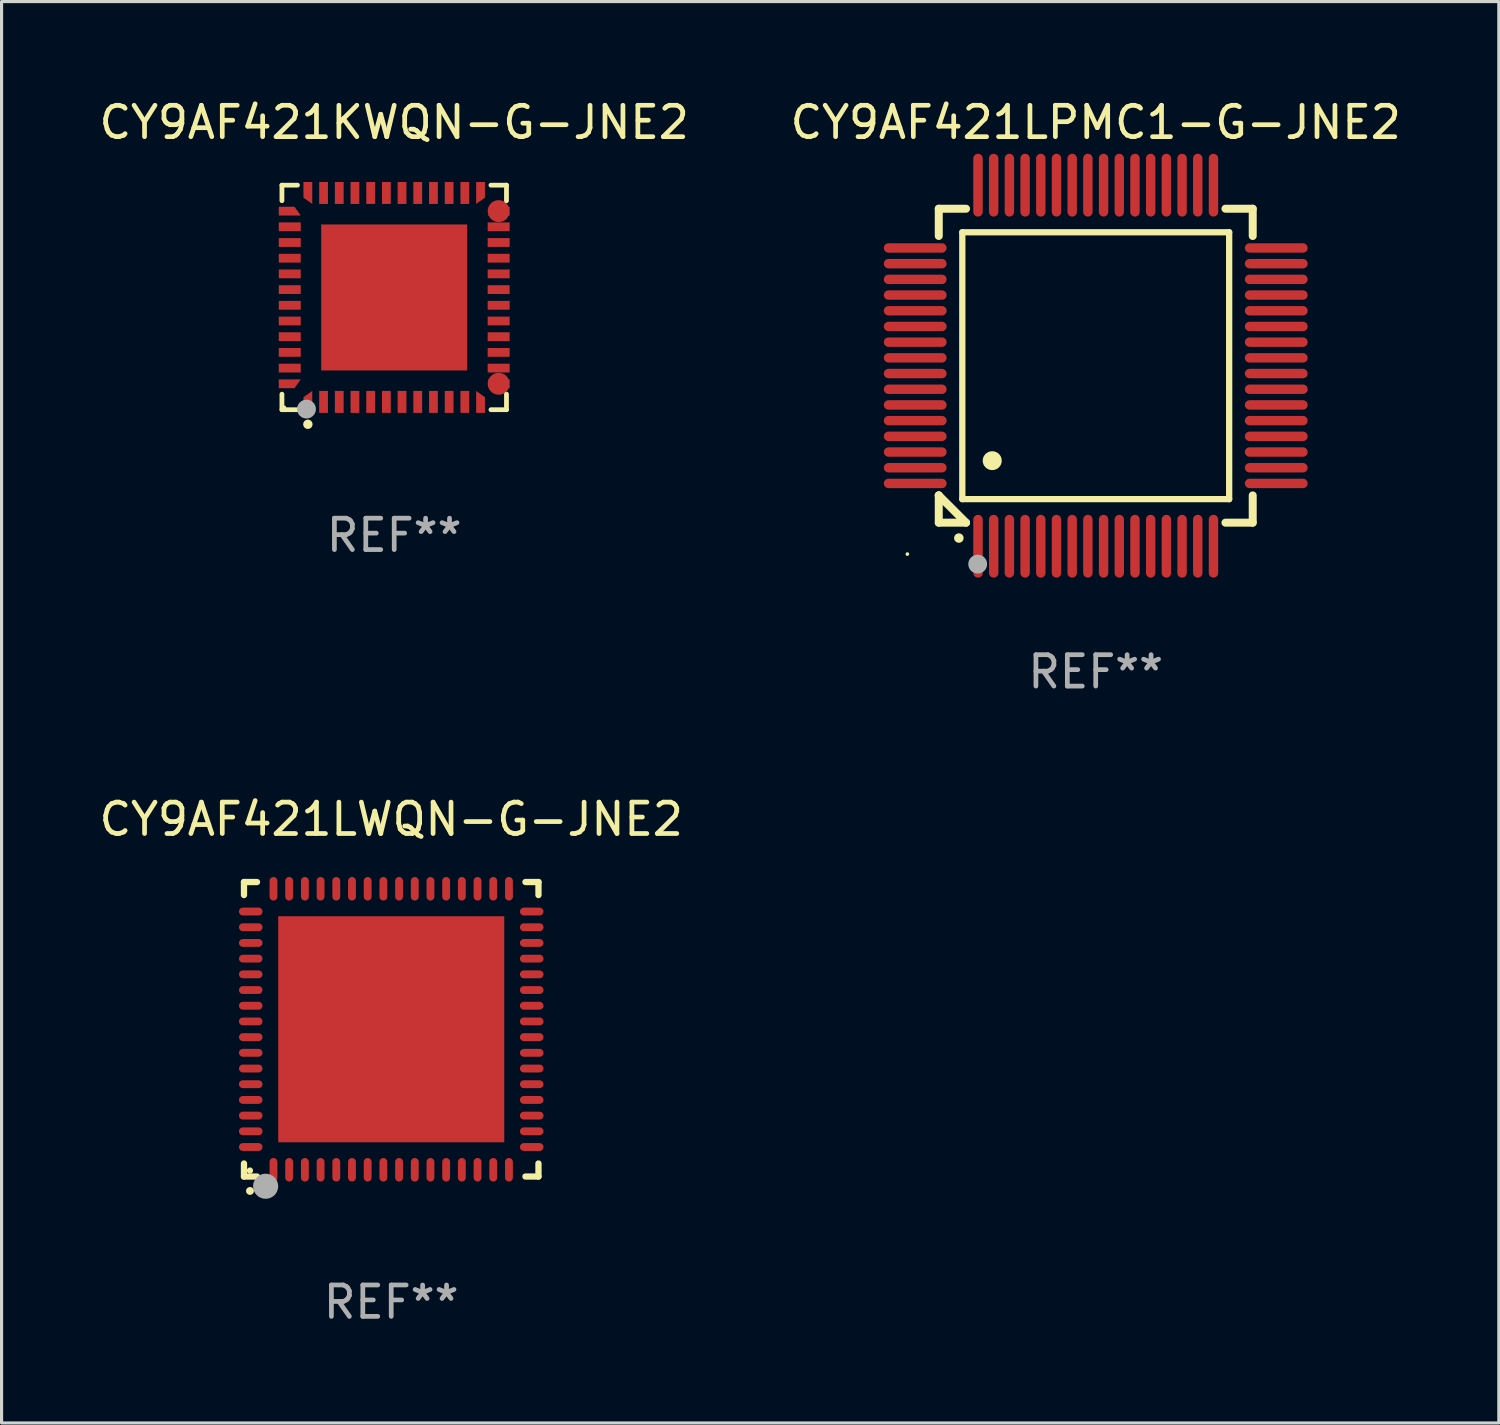
<source format=kicad_pcb>
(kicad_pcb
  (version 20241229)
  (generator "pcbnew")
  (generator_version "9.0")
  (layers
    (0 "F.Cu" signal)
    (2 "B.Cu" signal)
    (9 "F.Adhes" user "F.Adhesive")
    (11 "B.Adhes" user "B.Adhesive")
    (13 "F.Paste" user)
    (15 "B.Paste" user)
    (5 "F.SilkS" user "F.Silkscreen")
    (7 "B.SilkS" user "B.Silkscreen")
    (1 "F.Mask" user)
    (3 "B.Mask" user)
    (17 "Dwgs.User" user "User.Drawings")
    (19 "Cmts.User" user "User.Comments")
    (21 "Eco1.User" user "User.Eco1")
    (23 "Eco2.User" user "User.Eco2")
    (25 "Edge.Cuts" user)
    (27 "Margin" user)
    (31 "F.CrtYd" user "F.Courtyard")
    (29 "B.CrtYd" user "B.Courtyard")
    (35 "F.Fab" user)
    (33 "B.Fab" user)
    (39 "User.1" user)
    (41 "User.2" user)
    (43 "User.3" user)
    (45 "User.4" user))
  (footprint "CY9AF421LPMC1-G-JNE2"
    (layer "F.Cu")
    (at 31.851 8.598)
    (property "Reference" "CY9AF421LPMC1-G-JNE2" (at 0 -7.75 0) (layer "F.SilkS") (effects (font (size 1 1) (thickness 0.15))))
    (attr through_hole)
    (fp_line (start -5 -5) (end -4.131 -5) (stroke (width 0.254) (type solid)) (layer "F.SilkS"))
    (fp_line (start -5 -4.131) (end -5 -5) (stroke (width 0.254) (type solid)) (layer "F.SilkS"))
    (fp_line (start -5 4.131) (end -5 4.131) (stroke (width 0.254) (type solid)) (layer "F.SilkS"))
    (fp_line (start -5 5) (end -5 4.131) (stroke (width 0.254) (type solid)) (layer "F.SilkS"))
    (fp_line (start -5 4.131) (end -4.131 5) (stroke (width 0.254) (type solid)) (layer "F.SilkS"))
    (fp_line (start -4.25 -4.25) (end -4.25 4.25) (stroke (width 0.2) (type solid)) (layer "F.SilkS"))
    (fp_line (start -4.25 4.25) (end 4.25 4.25) (stroke (width 0.2) (type solid)) (layer "F.SilkS"))
    (fp_line (start -4.131 5) (end -5 5) (stroke (width 0.254) (type solid)) (layer "F.SilkS"))
    (fp_line (start 4.25 -4.25) (end -4.25 -4.25) (stroke (width 0.2) (type solid)) (layer "F.SilkS"))
    (fp_line (start 4.25 4.25) (end 4.25 -4.25) (stroke (width 0.2) (type solid)) (layer "F.SilkS"))
    (fp_line (start 5 -5) (end 4.131 -5) (stroke (width 0.254) (type solid)) (layer "F.SilkS"))
    (fp_line (start 5 -5) (end 5 -4.131) (stroke (width 0.254) (type solid)) (layer "F.SilkS"))
    (fp_line (start 5 4.131) (end 5 5) (stroke (width 0.254) (type solid)) (layer "F.SilkS"))
    (fp_line (start 5 5) (end 4.131 5) (stroke (width 0.254) (type solid)) (layer "F.SilkS"))
    (fp_arc (start -4.361265 5.489992) (mid -4.359995 5.489987) (end -4.358725 5.489992) (stroke (width 0.3) (type solid)) (layer "F.SilkS"))
    (fp_arc (start -3.299467 3.025146) (mid -3.296927 3.025135) (end -3.294387 3.025146) (stroke (width 0.6) (type solid)) (layer "F.SilkS"))
    (fp_circle (center -6 6) (end -5.97 6) (stroke (width 0.06) (type solid)) (fill no) (layer "F.SilkS"))
    (fp_circle (center -3.76 6.32) (end -3.61 6.32) (stroke (width 0.3) (type solid)) (fill no) (layer "F.Fab"))
    (fp_text user "REF**" (at 0 9.75 0) (layer "F.Fab") (effects (font (size 1 1) (thickness 0.15))))
    (pad "1" smd oval (at -3.75 5.75) (size 0.3 2) (layers "F.Cu" "F.Mask" "F.Paste"))
    (pad "2" smd oval (at -3.25 5.75) (size 0.3 2) (layers "F.Cu" "F.Mask" "F.Paste"))
    (pad "3" smd oval (at -2.75 5.75) (size 0.3 2) (layers "F.Cu" "F.Mask" "F.Paste"))
    (pad "4" smd oval (at -2.25 5.75) (size 0.3 2) (layers "F.Cu" "F.Mask" "F.Paste"))
    (pad "5" smd oval (at -1.75 5.75) (size 0.3 2) (layers "F.Cu" "F.Mask" "F.Paste"))
    (pad "6" smd oval (at -1.25 5.75) (size 0.3 2) (layers "F.Cu" "F.Mask" "F.Paste"))
    (pad "7" smd oval (at -0.75 5.75) (size 0.3 2) (layers "F.Cu" "F.Mask" "F.Paste"))
    (pad "8" smd oval (at -0.25 5.75) (size 0.3 2) (layers "F.Cu" "F.Mask" "F.Paste"))
    (pad "9" smd oval (at 0.25 5.75) (size 0.3 2) (layers "F.Cu" "F.Mask" "F.Paste"))
    (pad "10" smd oval (at 0.75 5.75) (size 0.3 2) (layers "F.Cu" "F.Mask" "F.Paste"))
    (pad "11" smd oval (at 1.25 5.75) (size 0.3 2) (layers "F.Cu" "F.Mask" "F.Paste"))
    (pad "12" smd oval (at 1.75 5.75) (size 0.3 2) (layers "F.Cu" "F.Mask" "F.Paste"))
    (pad "13" smd oval (at 2.25 5.75) (size 0.3 2) (layers "F.Cu" "F.Mask" "F.Paste"))
    (pad "14" smd oval (at 2.75 5.75) (size 0.3 2) (layers "F.Cu" "F.Mask" "F.Paste"))
    (pad "15" smd oval (at 3.25 5.75) (size 0.3 2) (layers "F.Cu" "F.Mask" "F.Paste"))
    (pad "16" smd oval (at 3.75 5.75) (size 0.3 2) (layers "F.Cu" "F.Mask" "F.Paste"))
    (pad "17" smd oval (at 5.75 3.75) (size 2 0.3) (layers "F.Cu" "F.Mask" "F.Paste"))
    (pad "18" smd oval (at 5.75 3.25) (size 2 0.3) (layers "F.Cu" "F.Mask" "F.Paste"))
    (pad "19" smd oval (at 5.75 2.75) (size 2 0.3) (layers "F.Cu" "F.Mask" "F.Paste"))
    (pad "20" smd oval (at 5.75 2.25) (size 2 0.3) (layers "F.Cu" "F.Mask" "F.Paste"))
    (pad "21" smd oval (at 5.75 1.75) (size 2 0.3) (layers "F.Cu" "F.Mask" "F.Paste"))
    (pad "22" smd oval (at 5.75 1.25) (size 2 0.3) (layers "F.Cu" "F.Mask" "F.Paste"))
    (pad "23" smd oval (at 5.75 0.75) (size 2 0.3) (layers "F.Cu" "F.Mask" "F.Paste"))
    (pad "24" smd oval (at 5.75 0.25) (size 2 0.3) (layers "F.Cu" "F.Mask" "F.Paste"))
    (pad "25" smd oval (at 5.75 -0.25) (size 2 0.3) (layers "F.Cu" "F.Mask" "F.Paste"))
    (pad "26" smd oval (at 5.75 -0.75) (size 2 0.3) (layers "F.Cu" "F.Mask" "F.Paste"))
    (pad "27" smd oval (at 5.75 -1.25) (size 2 0.3) (layers "F.Cu" "F.Mask" "F.Paste"))
    (pad "28" smd oval (at 5.75 -1.75) (size 2 0.3) (layers "F.Cu" "F.Mask" "F.Paste"))
    (pad "29" smd oval (at 5.75 -2.25) (size 2 0.3) (layers "F.Cu" "F.Mask" "F.Paste"))
    (pad "30" smd oval (at 5.75 -2.75) (size 2 0.3) (layers "F.Cu" "F.Mask" "F.Paste"))
    (pad "31" smd oval (at 5.75 -3.25) (size 2 0.3) (layers "F.Cu" "F.Mask" "F.Paste"))
    (pad "32" smd oval (at 5.75 -3.75) (size 2 0.3) (layers "F.Cu" "F.Mask" "F.Paste"))
    (pad "33" smd oval (at 3.75 -5.75) (size 0.3 2) (layers "F.Cu" "F.Mask" "F.Paste"))
    (pad "34" smd oval (at 3.25 -5.75) (size 0.3 2) (layers "F.Cu" "F.Mask" "F.Paste"))
    (pad "35" smd oval (at 2.75 -5.75) (size 0.3 2) (layers "F.Cu" "F.Mask" "F.Paste"))
    (pad "36" smd oval (at 2.25 -5.75) (size 0.3 2) (layers "F.Cu" "F.Mask" "F.Paste"))
    (pad "37" smd oval (at 1.75 -5.75) (size 0.3 2) (layers "F.Cu" "F.Mask" "F.Paste"))
    (pad "38" smd oval (at 1.25 -5.75) (size 0.3 2) (layers "F.Cu" "F.Mask" "F.Paste"))
    (pad "39" smd oval (at 0.75 -5.75) (size 0.3 2) (layers "F.Cu" "F.Mask" "F.Paste"))
    (pad "40" smd oval (at 0.25 -5.75) (size 0.3 2) (layers "F.Cu" "F.Mask" "F.Paste"))
    (pad "41" smd oval (at -0.25 -5.75) (size 0.3 2) (layers "F.Cu" "F.Mask" "F.Paste"))
    (pad "42" smd oval (at -0.75 -5.75) (size 0.3 2) (layers "F.Cu" "F.Mask" "F.Paste"))
    (pad "43" smd oval (at -1.25 -5.75) (size 0.3 2) (layers "F.Cu" "F.Mask" "F.Paste"))
    (pad "44" smd oval (at -1.75 -5.75) (size 0.3 2) (layers "F.Cu" "F.Mask" "F.Paste"))
    (pad "45" smd oval (at -2.25 -5.75) (size 0.3 2) (layers "F.Cu" "F.Mask" "F.Paste"))
    (pad "46" smd oval (at -2.75 -5.75) (size 0.3 2) (layers "F.Cu" "F.Mask" "F.Paste"))
    (pad "47" smd oval (at -3.25 -5.75) (size 0.3 2) (layers "F.Cu" "F.Mask" "F.Paste"))
    (pad "48" smd oval (at -3.75 -5.75) (size 0.3 2) (layers "F.Cu" "F.Mask" "F.Paste"))
    (pad "49" smd oval (at -5.75 -3.75) (size 2 0.3) (layers "F.Cu" "F.Mask" "F.Paste"))
    (pad "50" smd oval (at -5.75 -3.25) (size 2 0.3) (layers "F.Cu" "F.Mask" "F.Paste"))
    (pad "51" smd oval (at -5.75 -2.75) (size 2 0.3) (layers "F.Cu" "F.Mask" "F.Paste"))
    (pad "52" smd oval (at -5.75 -2.25) (size 2 0.3) (layers "F.Cu" "F.Mask" "F.Paste"))
    (pad "53" smd oval (at -5.75 -1.75) (size 2 0.3) (layers "F.Cu" "F.Mask" "F.Paste"))
    (pad "54" smd oval (at -5.75 -1.25) (size 2 0.3) (layers "F.Cu" "F.Mask" "F.Paste"))
    (pad "55" smd oval (at -5.75 -0.75) (size 2 0.3) (layers "F.Cu" "F.Mask" "F.Paste"))
    (pad "56" smd oval (at -5.75 -0.25) (size 2 0.3) (layers "F.Cu" "F.Mask" "F.Paste"))
    (pad "57" smd oval (at -5.75 0.25) (size 2 0.3) (layers "F.Cu" "F.Mask" "F.Paste"))
    (pad "58" smd oval (at -5.75 0.75) (size 2 0.3) (layers "F.Cu" "F.Mask" "F.Paste"))
    (pad "59" smd oval (at -5.75 1.25) (size 2 0.3) (layers "F.Cu" "F.Mask" "F.Paste"))
    (pad "60" smd oval (at -5.75 1.75) (size 2 0.3) (layers "F.Cu" "F.Mask" "F.Paste"))
    (pad "61" smd oval (at -5.75 2.25) (size 2 0.3) (layers "F.Cu" "F.Mask" "F.Paste"))
    (pad "62" smd oval (at -5.75 2.75) (size 2 0.3) (layers "F.Cu" "F.Mask" "F.Paste"))
    (pad "63" smd oval (at -5.75 3.25) (size 2 0.3) (layers "F.Cu" "F.Mask" "F.Paste"))
    (pad "64" smd oval (at -5.75 3.75) (size 2 0.3) (layers "F.Cu" "F.Mask" "F.Paste")))
  (footprint "CY9AF421KWQN-G-JNE2"
    (layer "F.Cu")
    (at 9.506 6.424)
    (property "Reference" "CY9AF421KWQN-G-JNE2" (at 0 -5.576 0) (layer "F.SilkS") (effects (font (size 1 1) (thickness 0.15))))
    (attr through_hole)
    (fp_line (start -3.576 -3.576) (end -3.081 -3.576) (stroke (width 0.152) (type solid)) (layer "F.SilkS"))
    (fp_line (start -3.576 -3.081) (end -3.576 -3.576) (stroke (width 0.152) (type solid)) (layer "F.SilkS"))
    (fp_line (start -3.576 3.081) (end -3.576 3.576) (stroke (width 0.152) (type solid)) (layer "F.SilkS"))
    (fp_line (start -3.576 3.576) (end -3.081 3.576) (stroke (width 0.152) (type solid)) (layer "F.SilkS"))
    (fp_line (start 3.576 -3.576) (end 3.081 -3.576) (stroke (width 0.152) (type solid)) (layer "F.SilkS"))
    (fp_line (start 3.576 -3.081) (end 3.576 -3.576) (stroke (width 0.152) (type solid)) (layer "F.SilkS"))
    (fp_line (start 3.576 3.081) (end 3.576 3.576) (stroke (width 0.152) (type solid)) (layer "F.SilkS"))
    (fp_line (start 3.576 3.576) (end 3.081 3.576) (stroke (width 0.152) (type solid)) (layer "F.SilkS"))
    (fp_circle (center -3.5 3.5) (end -3.47 3.5) (stroke (width 0.06) (type solid)) (fill no) (layer "F.SilkS"))
    (fp_circle (center -2.75 4.04) (end -2.675 4.04) (stroke (width 0.15) (type solid)) (fill no) (layer "F.SilkS"))
    (fp_circle (center -2.794 3.556) (end -2.644 3.556) (stroke (width 0.3) (type solid)) (fill no) (layer "F.Fab"))
    (fp_text user "REF**" (at 0 7.576 0) (layer "F.Fab") (effects (font (size 1 1) (thickness 0.15))))
    (pad "1" smd custom (at -2.75 3.327) (size 0.28 0.7) (layers "F.Cu" "F.Mask" "F.Paste") (options (anchor circle)) (primitives (gr_poly (pts (xy -0.14 -0.15) (xy 0.14 -0.35) (xy 0.14 0.35) (xy -0.14 0.35)) (width 0) (fill yes))))
    (pad "2" smd rect (at -2.25 3.327) (size 0.28 0.7) (layers "F.Cu" "F.Mask" "F.Paste"))
    (pad "3" smd rect (at -1.75 3.327) (size 0.28 0.7) (layers "F.Cu" "F.Mask" "F.Paste"))
    (pad "4" smd rect (at -1.25 3.327) (size 0.28 0.7) (layers "F.Cu" "F.Mask" "F.Paste"))
    (pad "5" smd rect (at -0.75 3.327) (size 0.28 0.7) (layers "F.Cu" "F.Mask" "F.Paste"))
    (pad "6" smd rect (at -0.25 3.327) (size 0.28 0.7) (layers "F.Cu" "F.Mask" "F.Paste"))
    (pad "7" smd rect (at 0.25 3.327) (size 0.28 0.7) (layers "F.Cu" "F.Mask" "F.Paste"))
    (pad "8" smd rect (at 0.75 3.327) (size 0.28 0.7) (layers "F.Cu" "F.Mask" "F.Paste"))
    (pad "9" smd rect (at 1.25 3.327) (size 0.28 0.7) (layers "F.Cu" "F.Mask" "F.Paste"))
    (pad "10" smd rect (at 1.75 3.327) (size 0.28 0.7) (layers "F.Cu" "F.Mask" "F.Paste"))
    (pad "11" smd rect (at 2.25 3.327) (size 0.28 0.7) (layers "F.Cu" "F.Mask" "F.Paste"))
    (pad "12" smd custom (at 2.75 3.327) (size 0.28 0.7) (layers "F.Cu" "F.Mask" "F.Paste") (options (anchor circle)) (primitives (gr_poly (pts (xy -0.14 -0.35) (xy 0.14 -0.15) (xy 0.14 0.35) (xy -0.14 0.35)) (width 0) (fill yes))))
    (pad "13" smd custom (at 3.327 2.75) (size 0.7 0.28) (layers "F.Cu" "F.Mask" "F.Paste") (options (anchor circle)) (primitives (gr_poly (pts (xy -0.35 -0.14) (xy 0.35 -0.14) (xy 0.35 0.14) (xy -0.15 0.14)) (width 0) (fill yes))))
    (pad "14" smd rect (at 3.327 2.25) (size 0.7 0.28) (layers "F.Cu" "F.Mask" "F.Paste"))
    (pad "15" smd rect (at 3.327 1.75) (size 0.7 0.28) (layers "F.Cu" "F.Mask" "F.Paste"))
    (pad "16" smd rect (at 3.327 1.25) (size 0.7 0.28) (layers "F.Cu" "F.Mask" "F.Paste"))
    (pad "17" smd rect (at 3.327 0.75) (size 0.7 0.28) (layers "F.Cu" "F.Mask" "F.Paste"))
    (pad "18" smd rect (at 3.327 0.25) (size 0.7 0.28) (layers "F.Cu" "F.Mask" "F.Paste"))
    (pad "19" smd rect (at 3.327 -0.25) (size 0.7 0.28) (layers "F.Cu" "F.Mask" "F.Paste"))
    (pad "20" smd rect (at 3.327 -0.75) (size 0.7 0.28) (layers "F.Cu" "F.Mask" "F.Paste"))
    (pad "21" smd rect (at 3.327 -1.25) (size 0.7 0.28) (layers "F.Cu" "F.Mask" "F.Paste"))
    (pad "22" smd rect (at 3.327 -1.75) (size 0.7 0.28) (layers "F.Cu" "F.Mask" "F.Paste"))
    (pad "23" smd rect (at 3.327 -2.25) (size 0.7 0.28) (layers "F.Cu" "F.Mask" "F.Paste"))
    (pad "24" smd custom (at 3.327 -2.75) (size 0.7 0.28) (layers "F.Cu" "F.Mask" "F.Paste") (options (anchor circle)) (primitives (gr_poly (pts (xy -0.15 -0.14) (xy 0.35 -0.14) (xy 0.35 0.14) (xy -0.35 0.14)) (width 0) (fill yes))))
    (pad "25" smd custom (at 2.75 -3.328) (size 0.28 0.7) (layers "F.Cu" "F.Mask" "F.Paste") (options (anchor circle)) (primitives (gr_poly (pts (xy -0.14 -0.35) (xy 0.14 -0.35) (xy 0.14 0.15) (xy -0.14 0.35)) (width 0) (fill yes))))
    (pad "26" smd rect (at 2.25 -3.328) (size 0.28 0.7) (layers "F.Cu" "F.Mask" "F.Paste"))
    (pad "27" smd rect (at 1.75 -3.328) (size 0.28 0.7) (layers "F.Cu" "F.Mask" "F.Paste"))
    (pad "28" smd rect (at 1.25 -3.328) (size 0.28 0.7) (layers "F.Cu" "F.Mask" "F.Paste"))
    (pad "29" smd rect (at 0.75 -3.328) (size 0.28 0.7) (layers "F.Cu" "F.Mask" "F.Paste"))
    (pad "30" smd rect (at 0.25 -3.328) (size 0.28 0.7) (layers "F.Cu" "F.Mask" "F.Paste"))
    (pad "31" smd rect (at -0.25 -3.328) (size 0.28 0.7) (layers "F.Cu" "F.Mask" "F.Paste"))
    (pad "32" smd rect (at -0.75 -3.328) (size 0.28 0.7) (layers "F.Cu" "F.Mask" "F.Paste"))
    (pad "33" smd rect (at -1.25 -3.328) (size 0.28 0.7) (layers "F.Cu" "F.Mask" "F.Paste"))
    (pad "34" smd rect (at -1.75 -3.328) (size 0.28 0.7) (layers "F.Cu" "F.Mask" "F.Paste"))
    (pad "35" smd rect (at -2.25 -3.328) (size 0.28 0.7) (layers "F.Cu" "F.Mask" "F.Paste"))
    (pad "36" smd custom (at -2.75 -3.328) (size 0.28 0.7) (layers "F.Cu" "F.Mask" "F.Paste") (options (anchor circle)) (primitives (gr_poly (pts (xy -0.14 -0.35) (xy 0.14 -0.35) (xy 0.14 0.35) (xy -0.14 0.15)) (width 0) (fill yes))))
    (pad "37" smd custom (at -3.327 -2.75) (size 0.28 0.7) (layers "F.Cu" "F.Mask" "F.Paste") (options (anchor circle)) (primitives (gr_poly (pts (xy -0.35 -0.14) (xy 0.15 -0.14) (xy 0.35 0.14) (xy -0.35 0.14)) (width 0) (fill yes))))
    (pad "38" smd rect (at -3.327 -2.25) (size 0.7 0.28) (layers "F.Cu" "F.Mask" "F.Paste"))
    (pad "39" smd rect (at -3.327 -1.75) (size 0.7 0.28) (layers "F.Cu" "F.Mask" "F.Paste"))
    (pad "40" smd rect (at -3.327 -1.25) (size 0.7 0.28) (layers "F.Cu" "F.Mask" "F.Paste"))
    (pad "41" smd rect (at -3.327 -0.75) (size 0.7 0.28) (layers "F.Cu" "F.Mask" "F.Paste"))
    (pad "42" smd rect (at -3.327 -0.25) (size 0.7 0.28) (layers "F.Cu" "F.Mask" "F.Paste"))
    (pad "43" smd rect (at -3.327 0.25) (size 0.7 0.28) (layers "F.Cu" "F.Mask" "F.Paste"))
    (pad "44" smd rect (at -3.327 0.75) (size 0.7 0.28) (layers "F.Cu" "F.Mask" "F.Paste"))
    (pad "45" smd rect (at -3.327 1.25) (size 0.7 0.28) (layers "F.Cu" "F.Mask" "F.Paste"))
    (pad "46" smd rect (at -3.327 1.75) (size 0.7 0.28) (layers "F.Cu" "F.Mask" "F.Paste"))
    (pad "47" smd rect (at -3.327 2.25) (size 0.7 0.28) (layers "F.Cu" "F.Mask" "F.Paste"))
    (pad "48" smd custom (at -3.327 2.75) (size 0.28 0.7) (layers "F.Cu" "F.Mask" "F.Paste") (options (anchor circle)) (primitives (gr_poly (pts (xy -0.35 -0.14) (xy 0.35 -0.14) (xy 0.15 0.14) (xy -0.35 0.14)) (width 0) (fill yes))))
    (pad "49" smd rect (at 0.000013 0.000051) (size 4.65 4.65) (layers "F.Cu" "F.Mask" "F.Paste")))
  (footprint "CY9AF421LWQN-G-JNE2"
    (layer "F.Cu")
    (at 9.411 29.734)
    (property "Reference" "CY9AF421LWQN-G-JNE2" (at 0 -6.69 0) (layer "F.SilkS") (effects (font (size 1 1) (thickness 0.15))))
    (attr through_hole)
    (fp_line (start -4.69 -4.69) (end -4.275 -4.69) (stroke (width 0.2) (type solid)) (layer "F.SilkS"))
    (fp_line (start -4.69 -4.275) (end -4.69 -4.69) (stroke (width 0.2) (type solid)) (layer "F.SilkS"))
    (fp_line (start -4.69 4.69) (end -4.69 4.275) (stroke (width 0.2) (type solid)) (layer "F.SilkS"))
    (fp_line (start -4.275 4.69) (end -4.69 4.69) (stroke (width 0.2) (type solid)) (layer "F.SilkS"))
    (fp_line (start 4.275 4.69) (end 4.69 4.69) (stroke (width 0.2) (type solid)) (layer "F.SilkS"))
    (fp_line (start 4.69 -4.69) (end 4.275 -4.69) (stroke (width 0.2) (type solid)) (layer "F.SilkS"))
    (fp_line (start 4.69 -4.275) (end 4.69 -4.69) (stroke (width 0.2) (type solid)) (layer "F.SilkS"))
    (fp_line (start 4.69 4.69) (end 4.69 4.275) (stroke (width 0.2) (type solid)) (layer "F.SilkS"))
    (fp_arc (start -4.499886 5.15) (mid -4.498616 5.149994) (end -4.497346 5.15) (stroke (width 0.24892) (type solid)) (layer "F.SilkS"))
    (fp_circle (center -4.5 4.5) (end -4.45 4.5) (stroke (width 0.1) (type solid)) (fill no) (layer "F.SilkS"))
    (fp_circle (center -4 5) (end -3.8 5) (stroke (width 0.4) (type solid)) (fill no) (layer "F.Fab"))
    (fp_text user "REF**" (at 0 8.69 0) (layer "F.Fab") (effects (font (size 1 1) (thickness 0.15))))
    (pad "1" smd oval (at -3.75 4.475) (size 0.25 0.75) (layers "F.Cu" "F.Mask" "F.Paste"))
    (pad "2" smd oval (at -3.25 4.475) (size 0.25 0.75) (layers "F.Cu" "F.Mask" "F.Paste"))
    (pad "3" smd oval (at -2.75 4.475) (size 0.25 0.75) (layers "F.Cu" "F.Mask" "F.Paste"))
    (pad "4" smd oval (at -2.25 4.475) (size 0.25 0.75) (layers "F.Cu" "F.Mask" "F.Paste"))
    (pad "5" smd oval (at -1.75 4.475) (size 0.25 0.75) (layers "F.Cu" "F.Mask" "F.Paste"))
    (pad "6" smd oval (at -1.25 4.475) (size 0.25 0.75) (layers "F.Cu" "F.Mask" "F.Paste"))
    (pad "7" smd oval (at -0.75 4.475) (size 0.25 0.75) (layers "F.Cu" "F.Mask" "F.Paste"))
    (pad "8" smd oval (at -0.25 4.475) (size 0.25 0.75) (layers "F.Cu" "F.Mask" "F.Paste"))
    (pad "9" smd oval (at 0.25 4.475) (size 0.25 0.75) (layers "F.Cu" "F.Mask" "F.Paste"))
    (pad "10" smd oval (at 0.75 4.475) (size 0.25 0.75) (layers "F.Cu" "F.Mask" "F.Paste"))
    (pad "11" smd oval (at 1.25 4.475) (size 0.25 0.75) (layers "F.Cu" "F.Mask" "F.Paste"))
    (pad "12" smd oval (at 1.75 4.475) (size 0.25 0.75) (layers "F.Cu" "F.Mask" "F.Paste"))
    (pad "13" smd oval (at 2.25 4.475) (size 0.25 0.75) (layers "F.Cu" "F.Mask" "F.Paste"))
    (pad "14" smd oval (at 2.75 4.475) (size 0.25 0.75) (layers "F.Cu" "F.Mask" "F.Paste"))
    (pad "15" smd oval (at 3.25 4.475) (size 0.25 0.75) (layers "F.Cu" "F.Mask" "F.Paste"))
    (pad "16" smd oval (at 3.75 4.475) (size 0.25 0.75) (layers "F.Cu" "F.Mask" "F.Paste"))
    (pad "17" smd oval (at 4.475 3.75) (size 0.75 0.25) (layers "F.Cu" "F.Mask" "F.Paste"))
    (pad "18" smd oval (at 4.475 3.25) (size 0.75 0.25) (layers "F.Cu" "F.Mask" "F.Paste"))
    (pad "19" smd oval (at 4.475 2.75) (size 0.75 0.25) (layers "F.Cu" "F.Mask" "F.Paste"))
    (pad "20" smd oval (at 4.475 2.25) (size 0.75 0.25) (layers "F.Cu" "F.Mask" "F.Paste"))
    (pad "21" smd oval (at 4.475 1.75) (size 0.75 0.25) (layers "F.Cu" "F.Mask" "F.Paste"))
    (pad "22" smd oval (at 4.475 1.25) (size 0.75 0.25) (layers "F.Cu" "F.Mask" "F.Paste"))
    (pad "23" smd oval (at 4.475 0.75) (size 0.75 0.25) (layers "F.Cu" "F.Mask" "F.Paste"))
    (pad "24" smd oval (at 4.475 0.25) (size 0.75 0.25) (layers "F.Cu" "F.Mask" "F.Paste"))
    (pad "25" smd oval (at 4.475 -0.25) (size 0.75 0.25) (layers "F.Cu" "F.Mask" "F.Paste"))
    (pad "26" smd oval (at 4.475 -0.75) (size 0.75 0.25) (layers "F.Cu" "F.Mask" "F.Paste"))
    (pad "27" smd oval (at 4.475 -1.25) (size 0.75 0.25) (layers "F.Cu" "F.Mask" "F.Paste"))
    (pad "28" smd oval (at 4.475 -1.75) (size 0.75 0.25) (layers "F.Cu" "F.Mask" "F.Paste"))
    (pad "29" smd oval (at 4.475 -2.25) (size 0.75 0.25) (layers "F.Cu" "F.Mask" "F.Paste"))
    (pad "30" smd oval (at 4.475 -2.75) (size 0.75 0.25) (layers "F.Cu" "F.Mask" "F.Paste"))
    (pad "31" smd oval (at 4.475 -3.25) (size 0.75 0.25) (layers "F.Cu" "F.Mask" "F.Paste"))
    (pad "32" smd oval (at 4.475 -3.75) (size 0.75 0.25) (layers "F.Cu" "F.Mask" "F.Paste"))
    (pad "33" smd oval (at 3.75 -4.475) (size 0.25 0.75) (layers "F.Cu" "F.Mask" "F.Paste"))
    (pad "34" smd oval (at 3.25 -4.475) (size 0.25 0.75) (layers "F.Cu" "F.Mask" "F.Paste"))
    (pad "35" smd oval (at 2.75 -4.475) (size 0.25 0.75) (layers "F.Cu" "F.Mask" "F.Paste"))
    (pad "36" smd oval (at 2.25 -4.475) (size 0.25 0.75) (layers "F.Cu" "F.Mask" "F.Paste"))
    (pad "37" smd oval (at 1.75 -4.475) (size 0.25 0.75) (layers "F.Cu" "F.Mask" "F.Paste"))
    (pad "38" smd oval (at 1.25 -4.475) (size 0.25 0.75) (layers "F.Cu" "F.Mask" "F.Paste"))
    (pad "39" smd oval (at 0.75 -4.475) (size 0.25 0.75) (layers "F.Cu" "F.Mask" "F.Paste"))
    (pad "40" smd oval (at 0.25 -4.475) (size 0.25 0.75) (layers "F.Cu" "F.Mask" "F.Paste"))
    (pad "41" smd oval (at -0.25 -4.475) (size 0.25 0.75) (layers "F.Cu" "F.Mask" "F.Paste"))
    (pad "42" smd oval (at -0.75 -4.475) (size 0.25 0.75) (layers "F.Cu" "F.Mask" "F.Paste"))
    (pad "43" smd oval (at -1.25 -4.475) (size 0.25 0.75) (layers "F.Cu" "F.Mask" "F.Paste"))
    (pad "44" smd oval (at -1.75 -4.475) (size 0.25 0.75) (layers "F.Cu" "F.Mask" "F.Paste"))
    (pad "45" smd oval (at -2.25 -4.475) (size 0.25 0.75) (layers "F.Cu" "F.Mask" "F.Paste"))
    (pad "46" smd oval (at -2.75 -4.475) (size 0.25 0.75) (layers "F.Cu" "F.Mask" "F.Paste"))
    (pad "47" smd oval (at -3.25 -4.475) (size 0.25 0.75) (layers "F.Cu" "F.Mask" "F.Paste"))
    (pad "48" smd oval (at -3.75 -4.475) (size 0.25 0.75) (layers "F.Cu" "F.Mask" "F.Paste"))
    (pad "49" smd oval (at -4.475 -3.75) (size 0.75 0.25) (layers "F.Cu" "F.Mask" "F.Paste"))
    (pad "50" smd oval (at -4.475 -3.25) (size 0.75 0.25) (layers "F.Cu" "F.Mask" "F.Paste"))
    (pad "51" smd oval (at -4.475 -2.75) (size 0.75 0.25) (layers "F.Cu" "F.Mask" "F.Paste"))
    (pad "52" smd oval (at -4.475 -2.25) (size 0.75 0.25) (layers "F.Cu" "F.Mask" "F.Paste"))
    (pad "53" smd oval (at -4.475 -1.75) (size 0.75 0.25) (layers "F.Cu" "F.Mask" "F.Paste"))
    (pad "54" smd oval (at -4.475 -1.25) (size 0.75 0.25) (layers "F.Cu" "F.Mask" "F.Paste"))
    (pad "55" smd oval (at -4.475 -0.75) (size 0.75 0.25) (layers "F.Cu" "F.Mask" "F.Paste"))
    (pad "56" smd oval (at -4.475 -0.25) (size 0.75 0.25) (layers "F.Cu" "F.Mask" "F.Paste"))
    (pad "57" smd oval (at -4.475 0.25) (size 0.75 0.25) (layers "F.Cu" "F.Mask" "F.Paste"))
    (pad "58" smd oval (at -4.475 0.75) (size 0.75 0.25) (layers "F.Cu" "F.Mask" "F.Paste"))
    (pad "59" smd oval (at -4.475 1.25) (size 0.75 0.25) (layers "F.Cu" "F.Mask" "F.Paste"))
    (pad "60" smd oval (at -4.475 1.75) (size 0.75 0.25) (layers "F.Cu" "F.Mask" "F.Paste"))
    (pad "61" smd oval (at -4.475 2.25) (size 0.75 0.25) (layers "F.Cu" "F.Mask" "F.Paste"))
    (pad "62" smd oval (at -4.475 2.75) (size 0.75 0.25) (layers "F.Cu" "F.Mask" "F.Paste"))
    (pad "63" smd oval (at -4.475 3.25) (size 0.75 0.25) (layers "F.Cu" "F.Mask" "F.Paste"))
    (pad "64" smd oval (at -4.475 3.75) (size 0.75 0.25) (layers "F.Cu" "F.Mask" "F.Paste"))
    (pad "65" smd rect (at 0.000368 0.000013) (size 7.2 7.2) (layers "F.Cu" "F.Mask" "F.Paste")))
  (gr_rect
    (start -3 -3)
    (end 44.69 42.273)
    (stroke (width 0.1) (type default))
    (fill no)
    (layer "Edge.Cuts")))
</source>
